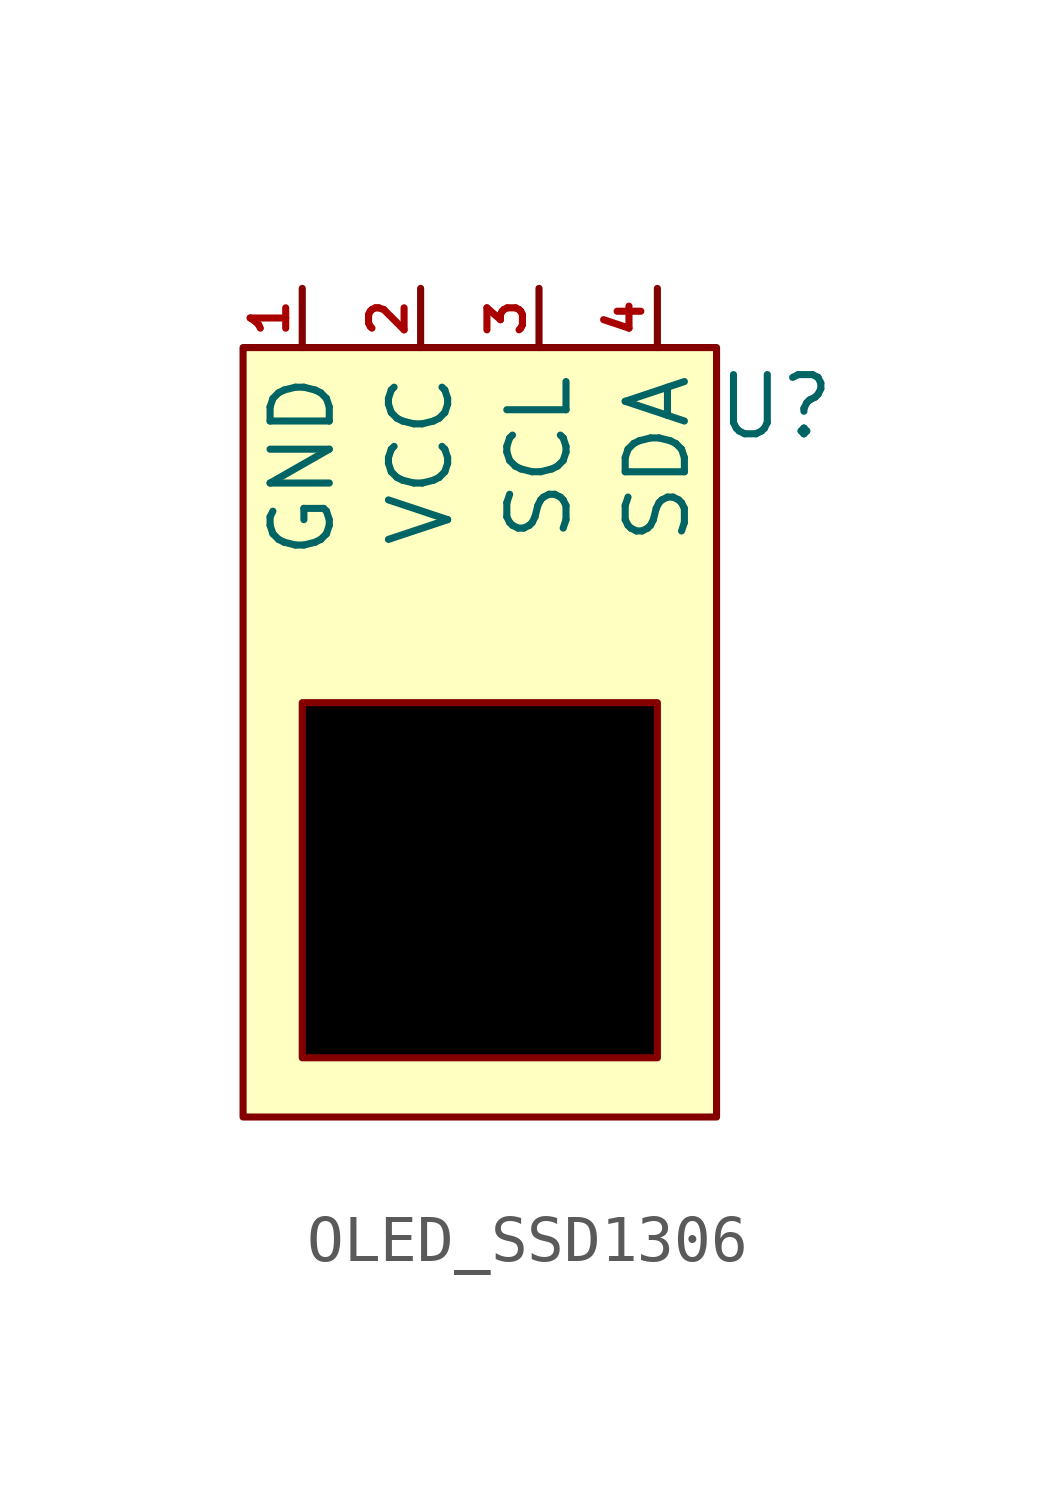
<source format=kicad_sym>
(kicad_symbol_lib
  (version 20220914)
  (generator kicad_symbol_editor)
  (symbol "OLED_SSD1306"
    (property "Reference" "U"
      (at 7.62 -2.54 0)
      (effects (font (size 1.27 1.27))))
    (property "Value" ""
      (at 0 0 0)
      (effects (font (size 1.27 1.27))))
    (symbol "OLED_SSD1306_1_1"
      (rectangle (start -3.81 -1.27) (end 6.35 -17.78) (stroke (width 0) (type default)) (fill (type background)))
      (rectangle (start -2.54 -8.89) (end 5.08 -16.51) (stroke (width 0) (type default)) (fill (type color) (color 0 0 0 1)))
      (pin passive line (at -2.54 0 270) (length 1.27) (name "GND" (effects (font (size 1.27 1.27)))) (number "1" (effects (font (size 0.762 0.762)))))
      (pin passive line (at 0 0 270) (length 1.27) (name "VCC" (effects (font (size 1.27 1.27)))) (number "2" (effects (font (size 0.762 0.762)))))
      (pin bidirectional line (at 2.54 0 270) (length 1.27) (name "SCL" (effects (font (size 1.27 1.27)))) (number "3" (effects (font (size 0.762 0.762)))))
      (pin bidirectional line (at 5.08 0 270) (length 1.27) (name "SDA" (effects (font (size 1.27 1.27)))) (number "4" (effects (font (size 0.762 0.762))))))))
</source>
